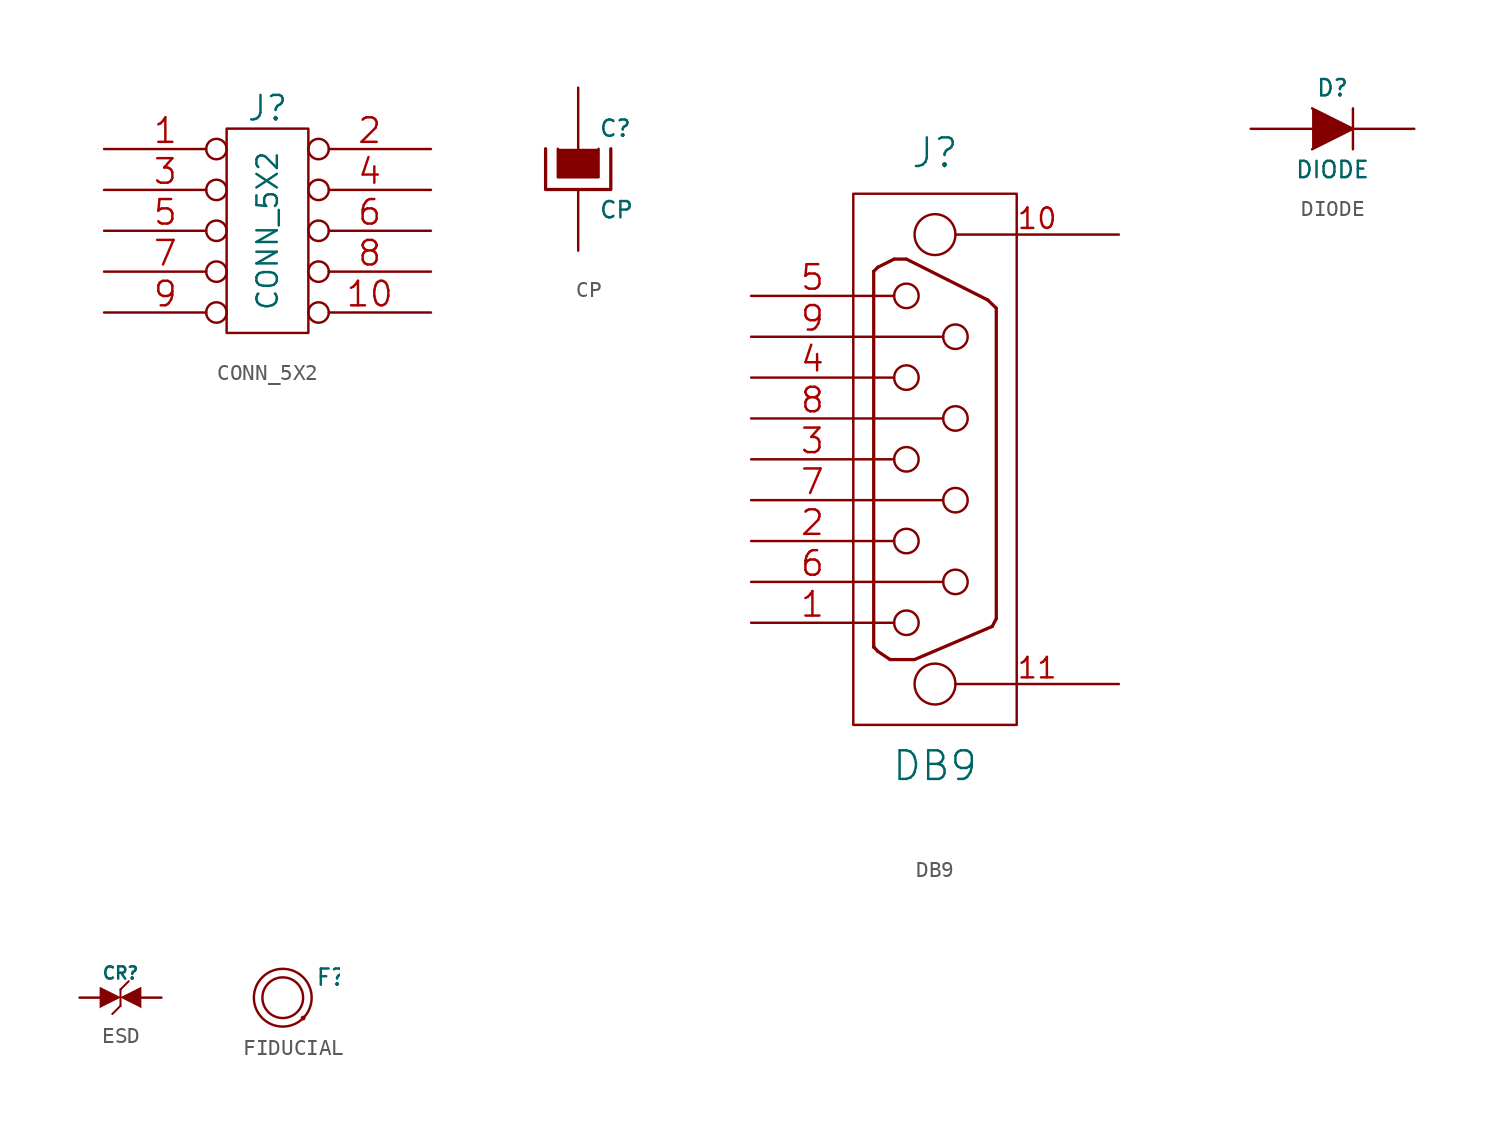
<source format=kicad_sym>
(kicad_symbol_lib
  (version 20231120)
  (generator "kicad_symbol_editor")
  (generator_version "8.0")
  (symbol "CONN_5X2"
    (pin_names
      (offset 1.016))
    (property "Reference" "J"
      (at 0 7.62 0)
      (effects (font (size 1.524 1.524))))
    (property "Value" "CONN_5X2"
      (at 0 0 90)
      (effects (font (size 1.27 1.27))))
    (property "Footprint" ""
      (at 0 0 0)
      (effects (font (size 1.524 1.524))))
    (property "Datasheet" ""
      (at 0 0 0)
      (effects (font (size 1.524 1.524))))
    (symbol "CONN_5X2_0_1"
      (rectangle (start -2.54 6.35) (end 2.54 -6.35) (stroke (width 0) (type solid)) (fill (type none))))
    (symbol "CONN_5X2_1_1"
      (pin passive inverted (at -10.16 5.08 0) (length 7.62) (name "~" (effects (font (size 1.524 1.524)))) (number "1" (effects (font (size 1.524 1.524)))))
      (pin passive inverted (at 10.16 -5.08 180) (length 7.62) (name "~" (effects (font (size 1.524 1.524)))) (number "10" (effects (font (size 1.524 1.524)))))
      (pin passive inverted (at 10.16 5.08 180) (length 7.62) (name "~" (effects (font (size 1.524 1.524)))) (number "2" (effects (font (size 1.524 1.524)))))
      (pin passive inverted (at -10.16 2.54 0) (length 7.62) (name "~" (effects (font (size 1.524 1.524)))) (number "3" (effects (font (size 1.524 1.524)))))
      (pin passive inverted (at 10.16 2.54 180) (length 7.62) (name "~" (effects (font (size 1.524 1.524)))) (number "4" (effects (font (size 1.524 1.524)))))
      (pin passive inverted (at -10.16 0 0) (length 7.62) (name "~" (effects (font (size 1.524 1.524)))) (number "5" (effects (font (size 1.524 1.524)))))
      (pin passive inverted (at 10.16 0 180) (length 7.62) (name "~" (effects (font (size 1.524 1.524)))) (number "6" (effects (font (size 1.524 1.524)))))
      (pin passive inverted (at -10.16 -2.54 0) (length 7.62) (name "~" (effects (font (size 1.524 1.524)))) (number "7" (effects (font (size 1.524 1.524)))))
      (pin passive inverted (at 10.16 -2.54 180) (length 7.62) (name "~" (effects (font (size 1.524 1.524)))) (number "8" (effects (font (size 1.524 1.524)))))
      (pin passive inverted (at -10.16 -5.08 0) (length 7.62) (name "~" (effects (font (size 1.524 1.524)))) (number "9" (effects (font (size 1.524 1.524)))))))
  (symbol "CP"
    (pin_numbers hide)
    (pin_names
      (offset 0.254) hide)
    (property "Reference" "C"
      (at 1.27 2.54 0)
      (effects (font (size 1.016 1.016)) (justify left)))
    (property "Value" "CP"
      (at 1.27 -2.54 0)
      (effects (font (size 1.016 1.016)) (justify left)))
    (property "Datasheet" ""
      (at 0 0 0)
      (effects (font (size 7.62 7.62))))
    (symbol "CP_0_1"
      (polyline (pts (xy -2.032 1.27) (xy -2.032 -1.27) (xy 2.032 -1.27) (xy 2.032 1.27)) (stroke (width 0.203) (type solid)) (fill (type none)))
      (polyline (pts (xy -1.27 1.27) (xy -1.27 -0.508) (xy 1.27 -0.508) (xy 1.27 1.27)) (stroke (width 0) (type solid)) (fill (type outline))))
    (symbol "CP_1_1"
      (pin passive line (at 0 5.08 270) (length 3.81) (name "~" (effects (font (size 1.016 1.016)))) (number "1" (effects (font (size 1.016 1.016)))))
      (pin passive line (at 0 -5.08 90) (length 3.81) (name "~" (effects (font (size 1.016 1.016)))) (number "2" (effects (font (size 1.016 1.016)))))))
  (symbol "DB9"
    (pin_names
      (offset 1.016) hide)
    (property "Reference" "J"
      (at 0 19.05 0)
      (effects (font (size 1.778 1.778))))
    (property "Value" "DB9"
      (at 0 -19.05 0)
      (effects (font (size 1.778 1.778))))
    (property "Footprint" ""
      (at 0 0 0)
      (effects (font (size 1.524 1.524))))
    (property "Datasheet" ""
      (at 0 0 0)
      (effects (font (size 1.524 1.524))))
    (symbol "DB9_0_1"
      (rectangle (start -5.08 16.51) (end 5.08 -16.51) (stroke (width 0) (type solid)) (fill (type none)))
      (circle (center -1.778 -10.16) (radius 0.762) (stroke (width 0) (type solid)) (fill (type none)))
      (circle (center -1.778 -5.08) (radius 0.762) (stroke (width 0) (type solid)) (fill (type none)))
      (circle (center -1.778 0) (radius 0.762) (stroke (width 0) (type solid)) (fill (type none)))
      (circle (center -1.778 5.08) (radius 0.762) (stroke (width 0) (type solid)) (fill (type none)))
      (circle (center -1.778 10.16) (radius 0.762) (stroke (width 0) (type solid)) (fill (type none)))
      (circle (center 0 -13.97) (radius 1.27) (stroke (width 0) (type solid)) (fill (type none)))
      (polyline (pts (xy -3.81 -11.684) (xy -3.81 11.684)) (stroke (width 0.203) (type solid)) (fill (type none)))
      (polyline (pts (xy -3.81 -11.659) (xy -3.556 -11.938)) (stroke (width 0.203) (type solid)) (fill (type none)))
      (polyline (pts (xy -3.81 -10.16) (xy -2.54 -10.16)) (stroke (width 0) (type solid)) (fill (type none)))
      (polyline (pts (xy -3.81 -7.62) (xy 0.508 -7.62)) (stroke (width 0) (type solid)) (fill (type none)))
      (polyline (pts (xy -3.81 -5.08) (xy -2.54 -5.08)) (stroke (width 0) (type solid)) (fill (type none)))
      (polyline (pts (xy -3.81 -2.54) (xy 0.508 -2.54)) (stroke (width 0) (type solid)) (fill (type none)))
      (polyline (pts (xy -3.81 0) (xy -2.54 0)) (stroke (width 0) (type solid)) (fill (type none)))
      (polyline (pts (xy -3.81 2.54) (xy 0.508 2.54)) (stroke (width 0) (type solid)) (fill (type none)))
      (polyline (pts (xy -3.81 5.08) (xy -2.54 5.08)) (stroke (width 0) (type solid)) (fill (type none)))
      (polyline (pts (xy -3.81 7.62) (xy 0.508 7.62)) (stroke (width 0) (type solid)) (fill (type none)))
      (polyline (pts (xy -3.81 10.16) (xy -2.54 10.16)) (stroke (width 0) (type solid)) (fill (type none)))
      (polyline (pts (xy -3.556 -11.938) (xy -2.794 -12.446)) (stroke (width 0.203) (type solid)) (fill (type none)))
      (polyline (pts (xy -3.556 11.938) (xy -3.81 11.684)) (stroke (width 0.203) (type solid)) (fill (type none)))
      (polyline (pts (xy -3.556 11.938) (xy -2.54 12.446)) (stroke (width 0.203) (type solid)) (fill (type none)))
      (polyline (pts (xy -2.794 -12.446) (xy -1.27 -12.446)) (stroke (width 0.203) (type solid)) (fill (type none)))
      (polyline (pts (xy -2.54 12.446) (xy -1.778 12.446)) (stroke (width 0.203) (type solid)) (fill (type none)))
      (polyline (pts (xy 3.277 9.906) (xy -1.778 12.446)) (stroke (width 0.203) (type solid)) (fill (type none)))
      (polyline (pts (xy 3.277 9.906) (xy 3.81 9.398)) (stroke (width 0.203) (type solid)) (fill (type none)))
      (polyline (pts (xy 3.556 -10.389) (xy -1.27 -12.446)) (stroke (width 0.203) (type solid)) (fill (type none)))
      (polyline (pts (xy 3.81 -9.906) (xy 3.556 -10.389)) (stroke (width 0.203) (type solid)) (fill (type none)))
      (polyline (pts (xy 3.81 9.398) (xy 3.81 -9.906)) (stroke (width 0.203) (type solid)) (fill (type none)))
      (circle (center 0 13.97) (radius 1.27) (stroke (width 0) (type solid)) (fill (type none)))
      (circle (center 1.27 -7.62) (radius 0.762) (stroke (width 0) (type solid)) (fill (type none)))
      (circle (center 1.27 -2.54) (radius 0.762) (stroke (width 0) (type solid)) (fill (type none)))
      (circle (center 1.27 2.54) (radius 0.762) (stroke (width 0) (type solid)) (fill (type none)))
      (circle (center 1.27 7.62) (radius 0.762) (stroke (width 0) (type solid)) (fill (type none))))
    (symbol "DB9_1_1"
      (pin passive line (at -11.43 -10.16 0) (length 7.62) (name "Data_Carrier_Detect" (effects (font (size 1.524 1.524)))) (number "1" (effects (font (size 1.524 1.524)))))
      (pin passive line (at 11.43 13.97 180) (length 10.16) (name "chassis_pin" (effects (font (size 1.27 1.27)))) (number "10" (effects (font (size 1.27 1.27)))))
      (pin passive line (at 11.43 -13.97 180) (length 10.16) (name "chassis_pin" (effects (font (size 1.27 1.27)))) (number "11" (effects (font (size 1.27 1.27)))))
      (pin passive line (at -11.43 -5.08 0) (length 7.62) (name "Receive_Data" (effects (font (size 1.524 1.524)))) (number "2" (effects (font (size 1.524 1.524)))))
      (pin passive line (at -11.43 0 0) (length 7.62) (name "Transmit_Data" (effects (font (size 1.524 1.524)))) (number "3" (effects (font (size 1.524 1.524)))))
      (pin passive line (at -11.43 5.08 0) (length 7.62) (name "DTR" (effects (font (size 1.524 1.524)))) (number "4" (effects (font (size 1.524 1.524)))))
      (pin passive line (at -11.43 10.16 0) (length 7.62) (name "Signal_Ground" (effects (font (size 1.524 1.524)))) (number "5" (effects (font (size 1.524 1.524)))))
      (pin passive line (at -11.43 -7.62 0) (length 7.62) (name "DSR" (effects (font (size 1.524 1.524)))) (number "6" (effects (font (size 1.524 1.524)))))
      (pin passive line (at -11.43 -2.54 0) (length 7.62) (name "RTS" (effects (font (size 1.524 1.524)))) (number "7" (effects (font (size 1.524 1.524)))))
      (pin passive line (at -11.43 2.54 0) (length 7.62) (name "CTS" (effects (font (size 1.524 1.524)))) (number "8" (effects (font (size 1.524 1.524)))))
      (pin passive line (at -11.43 7.62 0) (length 7.62) (name "Ring_Indicator" (effects (font (size 1.524 1.524)))) (number "9" (effects (font (size 1.524 1.524)))))))
  (symbol "DIODE"
    (pin_numbers hide)
    (pin_names
      (offset 1.016) hide)
    (property "Reference" "D"
      (at 0 2.54 0)
      (effects (font (size 1.016 1.016))))
    (property "Value" "DIODE"
      (at 0 -2.54 0)
      (effects (font (size 1.016 1.016))))
    (property "Footprint" ""
      (at 0 0 0)
      (effects (font (size 1.524 1.524))))
    (property "Datasheet" ""
      (at 0 0 0)
      (effects (font (size 1.524 1.524))))
    (symbol "DIODE_0_1"
      (polyline (pts (xy 1.27 1.27) (xy 1.27 -1.27)) (stroke (width 0.152) (type solid)) (fill (type none)))
      (polyline (pts (xy -1.27 1.27) (xy 1.27 0) (xy -1.27 -1.27)) (stroke (width 0) (type solid)) (fill (type outline))))
    (symbol "DIODE_1_1"
      (pin passive line (at -5.08 0 0) (length 3.81) (name "A" (effects (font (size 1.016 1.016)))) (number "1" (effects (font (size 1.016 1.016)))))
      (pin passive line (at 5.08 0 180) (length 3.81) (name "K" (effects (font (size 1.016 1.016)))) (number "2" (effects (font (size 1.016 1.016)))))))
  (symbol "ESD"
    (pin_numbers hide)
    (pin_names
      (offset 0) hide)
    (property "Reference" "CR"
      (at 0 1.524 0)
      (effects (font (size 0.762 0.762))))
    (property "Footprint" ""
      (at 0 0 0)
      (effects (font (size 1.524 1.524))))
    (property "Datasheet" ""
      (at 0 0 0)
      (effects (font (size 1.524 1.524))))
    (symbol "ESD_0_1"
      (polyline (pts (xy 0 -0.508) (xy -0.508 -1.016) (xy -0.508 -1.016)) (stroke (width 0.127) (type solid)) (fill (type outline)))
      (polyline (pts (xy 0 0.508) (xy 0 -0.508) (xy 0 -0.508)) (stroke (width 0.127) (type solid)) (fill (type outline)))
      (polyline (pts (xy 0 0.508) (xy 0.508 1.016) (xy 0.508 1.016)) (stroke (width 0.127) (type solid)) (fill (type outline)))
      (polyline (pts (xy 0 0) (xy -1.27 0.635) (xy -1.27 -0.635) (xy -1.27 -0.635)) (stroke (width 0.051) (type solid)) (fill (type outline)))
      (polyline (pts (xy 0 0) (xy 1.27 0.635) (xy 1.27 -0.635) (xy 1.27 -0.635)) (stroke (width 0.051) (type solid)) (fill (type outline)))
      (pin passive line (at 2.54 0 180) (length 1.27) (name "cathode" (effects (font (size 1.016 1.016)))) (number "1" (effects (font (size 1.016 1.016)))))
      (pin passive line (at -2.54 0 0) (length 1.27) (name "Anode" (effects (font (size 1.016 1.016)))) (number "2" (effects (font (size 1.016 1.016)))))))
  (symbol "FIDUCIAL"
    (pin_numbers hide)
    (pin_names
      (offset 0.762) hide)
    (property "Reference" "F"
      (at 2.032 1.27 0)
      (effects (font (size 1.016 1.016)) (justify left)))
    (symbol "FIDUCIAL_0_1"
      (circle (center 0 0) (radius 1.27) (stroke (width 0) (type solid)) (fill (type none)))
      (circle (center 0 0) (radius 1.803) (stroke (width 0) (type solid)) (fill (type none)))
      (circle (center 1.27 -1.27) (radius 0.0001) (stroke (width 0) (type solid)) (fill (type none))))
    (symbol "FIDUCIAL_1_1"
      (pin no_connect line (at 0 0 0) (length 0) hide (name "1" (effects (font (size 1.27 1.27)))) (number "1" (effects (font (size 1.27 1.27))))))))
</source>
